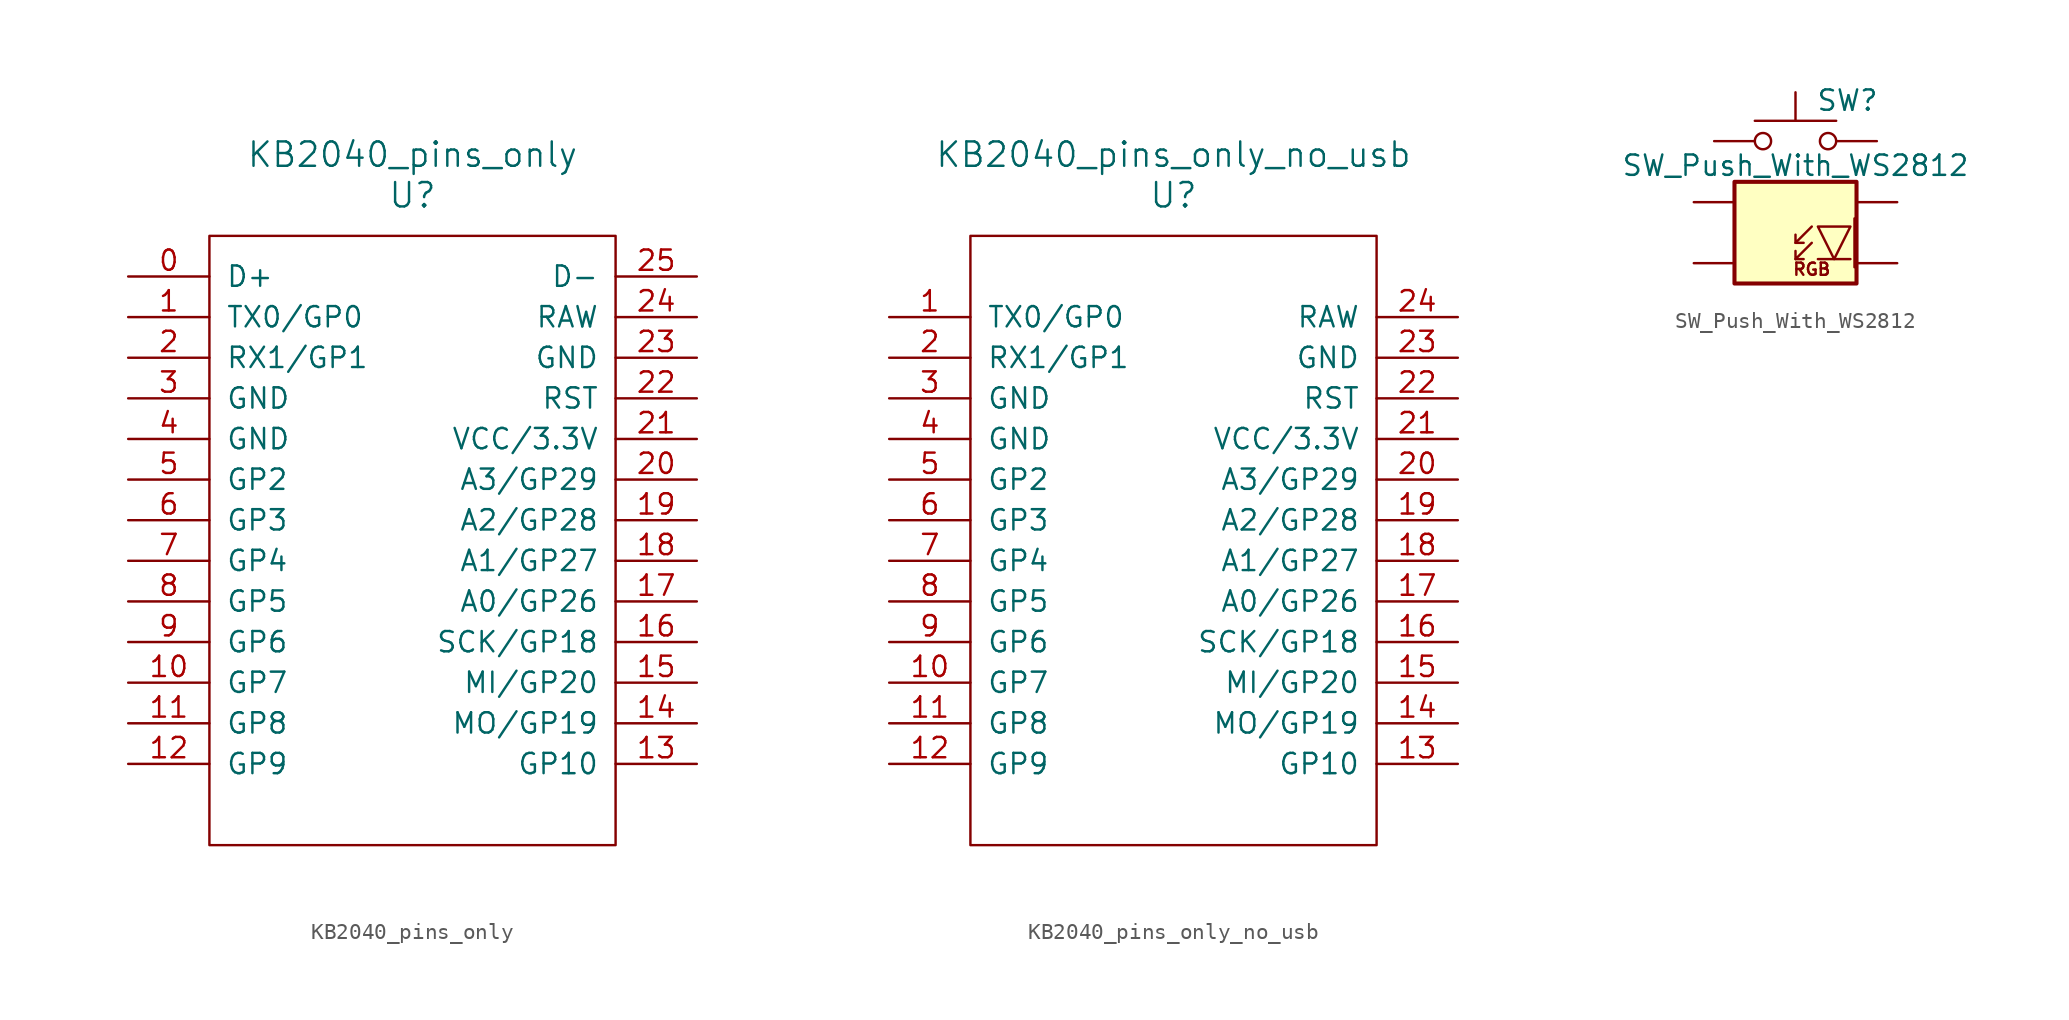
<source format=kicad_sym>
(kicad_symbol_lib
  (version 20211014)
  (generator kicad_symbol_editor)
  (symbol "KB2040_pins_only"
    (pin_names
      (offset 1.016))
    (property "Reference" "U"
      (at 0 21.59 0)
      (effects (font (size 1.524 1.524))))
    (property "Value" "KB2040_pins_only"
      (at 0 24.13 0)
      (effects (font (size 1.524 1.524))))
    (symbol "KB2040_pins_only_0_1"
      (rectangle (start -12.7 19.05) (end 12.7 -19.05) (stroke (width 0) (type default) (color 0 0 0 0)) (fill (type none))))
    (symbol "KB2040_pins_only_1_1"
      (pin input line (at -17.78 16.51 0) (length 5.08) (name "D+" (effects (font (size 1.27 1.27)))) (number "0" (effects (font (size 1.27 1.27)))))
      (pin input line (at -17.78 13.97 0) (length 5.08) (name "TX0/GP0" (effects (font (size 1.27 1.27)))) (number "1" (effects (font (size 1.27 1.27)))))
      (pin input line (at -17.78 -8.89 0) (length 5.08) (name "GP7" (effects (font (size 1.27 1.27)))) (number "10" (effects (font (size 1.27 1.27)))))
      (pin input line (at -17.78 -11.43 0) (length 5.08) (name "GP8" (effects (font (size 1.27 1.27)))) (number "11" (effects (font (size 1.27 1.27)))))
      (pin input line (at -17.78 -13.97 0) (length 5.08) (name "GP9" (effects (font (size 1.27 1.27)))) (number "12" (effects (font (size 1.27 1.27)))))
      (pin input line (at 17.78 -13.97 180) (length 5.08) (name "GP10" (effects (font (size 1.27 1.27)))) (number "13" (effects (font (size 1.27 1.27)))))
      (pin input line (at 17.78 -11.43 180) (length 5.08) (name "MO/GP19" (effects (font (size 1.27 1.27)))) (number "14" (effects (font (size 1.27 1.27)))))
      (pin input line (at 17.78 -8.89 180) (length 5.08) (name "MI/GP20" (effects (font (size 1.27 1.27)))) (number "15" (effects (font (size 1.27 1.27)))))
      (pin input line (at 17.78 -6.35 180) (length 5.08) (name "SCK/GP18" (effects (font (size 1.27 1.27)))) (number "16" (effects (font (size 1.27 1.27)))))
      (pin input line (at 17.78 -3.81 180) (length 5.08) (name "A0/GP26" (effects (font (size 1.27 1.27)))) (number "17" (effects (font (size 1.27 1.27)))))
      (pin input line (at 17.78 -1.27 180) (length 5.08) (name "A1/GP27" (effects (font (size 1.27 1.27)))) (number "18" (effects (font (size 1.27 1.27)))))
      (pin input line (at 17.78 1.27 180) (length 5.08) (name "A2/GP28" (effects (font (size 1.27 1.27)))) (number "19" (effects (font (size 1.27 1.27)))))
      (pin input line (at -17.78 11.43 0) (length 5.08) (name "RX1/GP1" (effects (font (size 1.27 1.27)))) (number "2" (effects (font (size 1.27 1.27)))))
      (pin input line (at 17.78 3.81 180) (length 5.08) (name "A3/GP29" (effects (font (size 1.27 1.27)))) (number "20" (effects (font (size 1.27 1.27)))))
      (pin input line (at 17.78 6.35 180) (length 5.08) (name "VCC/3.3V" (effects (font (size 1.27 1.27)))) (number "21" (effects (font (size 1.27 1.27)))))
      (pin input line (at 17.78 8.89 180) (length 5.08) (name "RST" (effects (font (size 1.27 1.27)))) (number "22" (effects (font (size 1.27 1.27)))))
      (pin input line (at 17.78 11.43 180) (length 5.08) (name "GND" (effects (font (size 1.27 1.27)))) (number "23" (effects (font (size 1.27 1.27)))))
      (pin input line (at 17.78 13.97 180) (length 5.08) (name "RAW" (effects (font (size 1.27 1.27)))) (number "24" (effects (font (size 1.27 1.27)))))
      (pin input line (at 17.78 16.51 180) (length 5.08) (name "D-" (effects (font (size 1.27 1.27)))) (number "25" (effects (font (size 1.27 1.27)))))
      (pin input line (at -17.78 8.89 0) (length 5.08) (name "GND" (effects (font (size 1.27 1.27)))) (number "3" (effects (font (size 1.27 1.27)))))
      (pin input line (at -17.78 6.35 0) (length 5.08) (name "GND" (effects (font (size 1.27 1.27)))) (number "4" (effects (font (size 1.27 1.27)))))
      (pin input line (at -17.78 3.81 0) (length 5.08) (name "GP2" (effects (font (size 1.27 1.27)))) (number "5" (effects (font (size 1.27 1.27)))))
      (pin input line (at -17.78 1.27 0) (length 5.08) (name "GP3" (effects (font (size 1.27 1.27)))) (number "6" (effects (font (size 1.27 1.27)))))
      (pin input line (at -17.78 -1.27 0) (length 5.08) (name "GP4" (effects (font (size 1.27 1.27)))) (number "7" (effects (font (size 1.27 1.27)))))
      (pin input line (at -17.78 -3.81 0) (length 5.08) (name "GP5" (effects (font (size 1.27 1.27)))) (number "8" (effects (font (size 1.27 1.27)))))
      (pin input line (at -17.78 -6.35 0) (length 5.08) (name "GP6" (effects (font (size 1.27 1.27)))) (number "9" (effects (font (size 1.27 1.27)))))))
  (symbol "KB2040_pins_only_no_usb"
    (pin_names
      (offset 1.016))
    (property "Reference" "U"
      (at 0 21.59 0)
      (effects (font (size 1.524 1.524))))
    (property "Value" "KB2040_pins_only_no_usb"
      (at 0 24.13 0)
      (effects (font (size 1.524 1.524))))
    (symbol "KB2040_pins_only_no_usb_0_1"
      (rectangle (start -12.7 19.05) (end 12.7 -19.05) (stroke (width 0) (type default) (color 0 0 0 0)) (fill (type none))))
    (symbol "KB2040_pins_only_no_usb_1_1"
      (pin input line (at -17.78 13.97 0) (length 5.08) (name "TX0/GP0" (effects (font (size 1.27 1.27)))) (number "1" (effects (font (size 1.27 1.27)))))
      (pin input line (at -17.78 -8.89 0) (length 5.08) (name "GP7" (effects (font (size 1.27 1.27)))) (number "10" (effects (font (size 1.27 1.27)))))
      (pin input line (at -17.78 -11.43 0) (length 5.08) (name "GP8" (effects (font (size 1.27 1.27)))) (number "11" (effects (font (size 1.27 1.27)))))
      (pin input line (at -17.78 -13.97 0) (length 5.08) (name "GP9" (effects (font (size 1.27 1.27)))) (number "12" (effects (font (size 1.27 1.27)))))
      (pin input line (at 17.78 -13.97 180) (length 5.08) (name "GP10" (effects (font (size 1.27 1.27)))) (number "13" (effects (font (size 1.27 1.27)))))
      (pin input line (at 17.78 -11.43 180) (length 5.08) (name "MO/GP19" (effects (font (size 1.27 1.27)))) (number "14" (effects (font (size 1.27 1.27)))))
      (pin input line (at 17.78 -8.89 180) (length 5.08) (name "MI/GP20" (effects (font (size 1.27 1.27)))) (number "15" (effects (font (size 1.27 1.27)))))
      (pin input line (at 17.78 -6.35 180) (length 5.08) (name "SCK/GP18" (effects (font (size 1.27 1.27)))) (number "16" (effects (font (size 1.27 1.27)))))
      (pin input line (at 17.78 -3.81 180) (length 5.08) (name "A0/GP26" (effects (font (size 1.27 1.27)))) (number "17" (effects (font (size 1.27 1.27)))))
      (pin input line (at 17.78 -1.27 180) (length 5.08) (name "A1/GP27" (effects (font (size 1.27 1.27)))) (number "18" (effects (font (size 1.27 1.27)))))
      (pin input line (at 17.78 1.27 180) (length 5.08) (name "A2/GP28" (effects (font (size 1.27 1.27)))) (number "19" (effects (font (size 1.27 1.27)))))
      (pin input line (at -17.78 11.43 0) (length 5.08) (name "RX1/GP1" (effects (font (size 1.27 1.27)))) (number "2" (effects (font (size 1.27 1.27)))))
      (pin input line (at 17.78 3.81 180) (length 5.08) (name "A3/GP29" (effects (font (size 1.27 1.27)))) (number "20" (effects (font (size 1.27 1.27)))))
      (pin input line (at 17.78 6.35 180) (length 5.08) (name "VCC/3.3V" (effects (font (size 1.27 1.27)))) (number "21" (effects (font (size 1.27 1.27)))))
      (pin input line (at 17.78 8.89 180) (length 5.08) (name "RST" (effects (font (size 1.27 1.27)))) (number "22" (effects (font (size 1.27 1.27)))))
      (pin input line (at 17.78 11.43 180) (length 5.08) (name "GND" (effects (font (size 1.27 1.27)))) (number "23" (effects (font (size 1.27 1.27)))))
      (pin input line (at 17.78 13.97 180) (length 5.08) (name "RAW" (effects (font (size 1.27 1.27)))) (number "24" (effects (font (size 1.27 1.27)))))
      (pin input line (at -17.78 8.89 0) (length 5.08) (name "GND" (effects (font (size 1.27 1.27)))) (number "3" (effects (font (size 1.27 1.27)))))
      (pin input line (at -17.78 6.35 0) (length 5.08) (name "GND" (effects (font (size 1.27 1.27)))) (number "4" (effects (font (size 1.27 1.27)))))
      (pin input line (at -17.78 3.81 0) (length 5.08) (name "GP2" (effects (font (size 1.27 1.27)))) (number "5" (effects (font (size 1.27 1.27)))))
      (pin input line (at -17.78 1.27 0) (length 5.08) (name "GP3" (effects (font (size 1.27 1.27)))) (number "6" (effects (font (size 1.27 1.27)))))
      (pin input line (at -17.78 -1.27 0) (length 5.08) (name "GP4" (effects (font (size 1.27 1.27)))) (number "7" (effects (font (size 1.27 1.27)))))
      (pin input line (at -17.78 -3.81 0) (length 5.08) (name "GP5" (effects (font (size 1.27 1.27)))) (number "8" (effects (font (size 1.27 1.27)))))
      (pin input line (at -17.78 -6.35 0) (length 5.08) (name "GP6" (effects (font (size 1.27 1.27)))) (number "9" (effects (font (size 1.27 1.27)))))))
  (symbol "SW_Push_With_WS2812"
    (pin_numbers hide)
    (pin_names
      (offset 1.016) hide)
    (property "Reference" "SW"
      (at 1.27 2.54 0)
      (effects (font (size 1.27 1.27)) (justify left)))
    (property "Value" "SW_Push_With_WS2812"
      (at 0 -1.524 0)
      (effects (font (size 1.27 1.27))))
    (symbol "SW_Push_With_WS2812_0_0"
      (text "RGB" (at 1.016 -8.001 0) (effects (font (size 0.762 0.762)))))
    (symbol "SW_Push_With_WS2812_0_1"
      (rectangle (start -3.81 -2.54) (end 3.81 -8.89) (stroke (width 0.254) (type default) (color 0 0 0 0)) (fill (type background)))
      (circle (center -2.032 0) (radius 0.508) (stroke (width 0) (type default) (color 0 0 0 0)) (fill (type none)))
      (polyline (pts (xy 0 -7.366) (xy 0.508 -7.366)) (stroke (width 0) (type default) (color 0 0 0 0)) (fill (type none)))
      (polyline (pts (xy 0 -6.35) (xy 0.508 -6.35)) (stroke (width 0) (type default) (color 0 0 0 0)) (fill (type none)))
      (polyline (pts (xy 0 1.27) (xy 0 3.048)) (stroke (width 0) (type default) (color 0 0 0 0)) (fill (type none)))
      (polyline (pts (xy 2.54 1.27) (xy -2.54 1.27)) (stroke (width 0) (type default) (color 0 0 0 0)) (fill (type none)))
      (polyline (pts (xy 3.429 -7.366) (xy 1.397 -7.366)) (stroke (width 0) (type default) (color 0 0 0 0)) (fill (type none)))
      (polyline (pts (xy 1.016 -6.35) (xy 0 -7.366) (xy 0 -6.858)) (stroke (width 0) (type default) (color 0 0 0 0)) (fill (type none)))
      (polyline (pts (xy 1.016 -5.334) (xy 0 -6.35) (xy 0 -5.842)) (stroke (width 0) (type default) (color 0 0 0 0)) (fill (type none)))
      (polyline (pts (xy 3.683 -4.826) (xy 3.683 -7.366) (xy 3.683 -7.874)) (stroke (width 0) (type default) (color 0 0 0 0)) (fill (type none)))
      (polyline (pts (xy 3.429 -5.334) (xy 1.397 -5.334) (xy 2.413 -7.366) (xy 3.429 -5.334)) (stroke (width 0) (type default) (color 0 0 0 0)) (fill (type none)))
      (circle (center 2.032 0) (radius 0.508) (stroke (width 0) (type default) (color 0 0 0 0)) (fill (type none)))
      (pin passive line (at -5.08 0 0) (length 2.54) (name "sw1" (effects (font (size 1.27 1.27)))) (number "11" (effects (font (size 1.27 1.27)))))
      (pin passive line (at 5.08 0 180) (length 2.54) (name "sw2" (effects (font (size 1.27 1.27)))) (number "12" (effects (font (size 1.27 1.27))))))
    (symbol "SW_Push_With_WS2812_1_1"
      (pin power_in line (at -6.35 -3.81 0) (length 2.54) (name "ledVDD" (effects (font (size 1.27 1.27)))) (number "21" (effects (font (size 1.27 1.27)))))
      (pin output line (at 6.35 -7.62 180) (length 2.54) (name "ledDOUT" (effects (font (size 1.27 1.27)))) (number "22" (effects (font (size 1.27 1.27)))))
      (pin power_in line (at 6.35 -3.81 180) (length 2.54) (name "ledGND" (effects (font (size 1.27 1.27)))) (number "23" (effects (font (size 1.27 1.27)))))
      (pin input line (at -6.35 -7.62 0) (length 2.54) (name "ledDIN" (effects (font (size 1.27 1.27)))) (number "24" (effects (font (size 1.27 1.27))))))))
</source>
